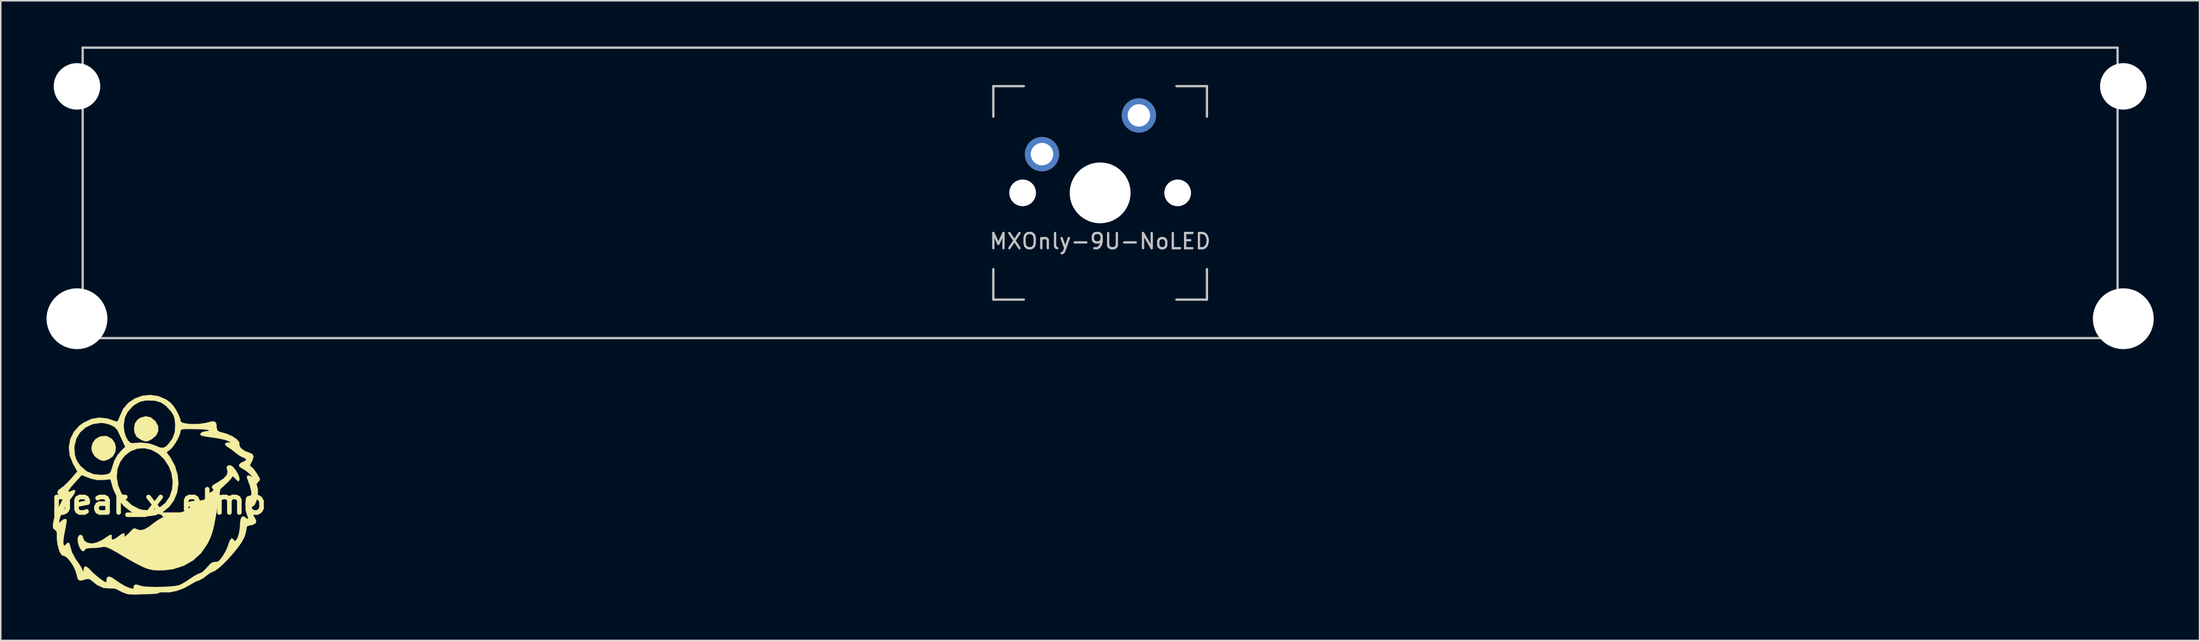
<source format=kicad_pcb>
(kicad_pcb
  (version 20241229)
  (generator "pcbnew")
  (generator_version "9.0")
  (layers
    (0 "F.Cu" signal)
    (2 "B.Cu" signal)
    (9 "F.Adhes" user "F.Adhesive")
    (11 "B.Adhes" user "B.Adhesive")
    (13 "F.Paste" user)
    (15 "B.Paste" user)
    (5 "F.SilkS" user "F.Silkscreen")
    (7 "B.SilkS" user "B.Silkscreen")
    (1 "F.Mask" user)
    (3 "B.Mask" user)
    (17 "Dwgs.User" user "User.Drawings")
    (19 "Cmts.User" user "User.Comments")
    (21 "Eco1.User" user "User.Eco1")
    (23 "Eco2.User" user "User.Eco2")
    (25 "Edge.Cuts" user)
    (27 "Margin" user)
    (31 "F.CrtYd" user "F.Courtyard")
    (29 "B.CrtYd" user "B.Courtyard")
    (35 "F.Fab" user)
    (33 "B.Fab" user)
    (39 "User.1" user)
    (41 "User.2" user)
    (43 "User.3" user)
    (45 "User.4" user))
  (footprint "pear_x_elmo"
    (layer "F.Cu")
    (at 7.337 29.874)
    (property "Reference" "pear_x_elmo" (at 0 0 0) (layer "F.SilkS") (effects (font (size 1.524 1.524) (thickness 0.3))))
    (attr through_hole)
    (fp_poly (pts (xy -3.333 -4.296) (xy -3.043 -4.126) (xy -2.863 -3.868) (xy -2.795 -3.566) (xy -2.838 -3.26) (xy -2.994 -2.991) (xy -3.263 -2.8) (xy -3.314 -2.78) (xy -3.516 -2.714) (xy -3.65 -2.703) (xy -3.804 -2.752) (xy -3.932 -2.808) (xy -4.185 -3.001) (xy -4.353 -3.291) (xy -4.396 -3.536) (xy -4.32 -3.868) (xy -4.12 -4.13) (xy -3.834 -4.294) (xy -3.501 -4.332) (xy -3.333 -4.296)) (stroke (width 0.01) (type solid)) (fill yes) (layer "F.SilkS"))
    (fp_poly (pts (xy -0.509 -5.546) (xy -0.217 -5.312) (xy -0.207 -5.301) (xy -0.03 -4.983) (xy -0.014 -4.663) (xy -0.152 -4.367) (xy -0.437 -4.122) (xy -0.502 -4.086) (xy -0.696 -3.994) (xy -0.839 -3.973) (xy -1.01 -4.023) (xy -1.151 -4.083) (xy -1.431 -4.274) (xy -1.575 -4.555) (xy -1.602 -4.806) (xy -1.545 -5.155) (xy -1.36 -5.407) (xy -1.17 -5.53) (xy -0.833 -5.621) (xy -0.509 -5.546)) (stroke (width 0.01) (type solid)) (fill yes) (layer "F.SilkS"))
    (fp_poly (pts (xy 4.737 -2.396) (xy 4.895 -2.285) (xy 5.063 -2.078) (xy 5.207 -1.83) (xy 5.297 -1.596) (xy 5.301 -1.439) (xy 5.25 -1.359) (xy 5.173 -1.387) (xy 5.038 -1.53) (xy 4.908 -1.657) (xy 4.837 -1.681) (xy 4.833 -1.665) (xy 4.774 -1.557) (xy 4.622 -1.38) (xy 4.443 -1.204) (xy 4.054 -0.846) (xy 3.857 0.338) (xy 3.752 0.95) (xy 3.662 1.426) (xy 3.578 1.799) (xy 3.491 2.099) (xy 3.393 2.36) (xy 3.275 2.614) (xy 3.204 2.751) (xy 2.796 3.347) (xy 2.271 3.829) (xy 1.647 4.186) (xy 0.943 4.409) (xy 0.345 4.481) (xy -0.087 4.487) (xy -0.419 4.456) (xy -0.719 4.381) (xy -0.835 4.341) (xy -1.078 4.233) (xy -1.423 4.058) (xy -1.829 3.837) (xy -2.253 3.592) (xy -2.359 3.529) (xy -2.796 3.27) (xy -3.117 3.093) (xy -3.345 2.988) (xy -3.505 2.942) (xy -3.621 2.945) (xy -3.634 2.949) (xy -3.837 2.984) (xy -4.131 3.01) (xy -4.333 3.017) (xy -4.637 3.037) (xy -4.791 3.086) (xy -4.819 3.138) (xy -4.886 3.218) (xy -4.968 3.221) (xy -5.091 3.123) (xy -5.201 2.915) (xy -5.277 2.658) (xy -5.299 2.41) (xy -5.286 2.323) (xy -5.194 2.18) (xy -5.066 2.157) (xy -4.965 2.249) (xy -4.946 2.349) (xy -4.869 2.536) (xy -4.667 2.67) (xy -4.38 2.726) (xy -4.371 2.726) (xy -4.062 2.668) (xy -3.699 2.501) (xy -3.39 2.294) (xy -3.182 2.161) (xy -3.071 2.159) (xy -3.061 2.288) (xy -3.066 2.306) (xy -3.062 2.445) (xy -2.956 2.464) (xy -2.766 2.366) (xy -2.633 2.264) (xy -2.418 2.109) (xy -2.27 2.056) (xy -2.212 2.109) (xy -2.23 2.191) (xy -2.252 2.282) (xy -2.182 2.253) (xy -2.133 2.218) (xy -1.969 2.074) (xy -1.797 1.893) (xy -1.656 1.754) (xy -1.538 1.733) (xy -1.394 1.796) (xy -1.183 1.853) (xy -0.938 1.801) (xy -0.635 1.631) (xy -0.262 1.345) (xy 0.005 1.156) (xy 0.284 1.011) (xy 0.415 0.966) (xy 0.89 0.851) (xy 1.234 0.762) (xy 1.481 0.686) (xy 1.663 0.614) (xy 1.816 0.534) (xy 1.867 0.503) (xy 2.042 0.383) (xy 2.078 0.317) (xy 2.013 0.289) (xy 1.877 0.222) (xy 1.875 0.124) (xy 1.984 0.027) (xy 2.181 -0.036) (xy 2.251 -0.044) (xy 2.658 -0.078) (xy 2.918 -0.123) (xy 3.054 -0.186) (xy 3.089 -0.274) (xy 3.083 -0.303) (xy 3.11 -0.433) (xy 3.277 -0.56) (xy 3.358 -0.601) (xy 3.553 -0.712) (xy 3.605 -0.799) (xy 3.575 -0.848) (xy 3.497 -0.951) (xy 3.513 -1.043) (xy 3.642 -1.151) (xy 3.9 -1.3) (xy 4.259 -1.535) (xy 4.473 -1.766) (xy 4.533 -1.982) (xy 4.502 -2.081) (xy 4.463 -2.271) (xy 4.55 -2.392) (xy 4.73 -2.399) (xy 4.737 -2.396)) (stroke (width 0.01) (type solid)) (fill yes) (layer "F.SilkS"))
    (fp_poly (pts (xy -0.011 -6.942) (xy 0.492 -6.725) (xy 0.771 -6.527) (xy 0.96 -6.319) (xy 1.153 -6.029) (xy 1.318 -5.716) (xy 1.423 -5.436) (xy 1.445 -5.302) (xy 1.523 -5.216) (xy 1.731 -5.154) (xy 2.029 -5.118) (xy 2.379 -5.109) (xy 2.742 -5.13) (xy 3.08 -5.182) (xy 3.208 -5.215) (xy 3.515 -5.286) (xy 3.699 -5.265) (xy 3.79 -5.135) (xy 3.815 -4.88) (xy 3.815 -4.871) (xy 3.854 -4.689) (xy 4.001 -4.602) (xy 4.05 -4.59) (xy 4.48 -4.467) (xy 4.846 -4.304) (xy 5.123 -4.117) (xy 5.286 -3.925) (xy 5.308 -3.744) (xy 5.305 -3.735) (xy 5.337 -3.608) (xy 5.484 -3.459) (xy 5.7 -3.323) (xy 5.93 -3.24) (xy 6.154 -3.14) (xy 6.227 -2.967) (xy 6.152 -2.716) (xy 6.111 -2.642) (xy 6.013 -2.453) (xy 6.009 -2.357) (xy 6.067 -2.317) (xy 6.177 -2.224) (xy 6.332 -2.033) (xy 6.445 -1.866) (xy 6.588 -1.635) (xy 6.646 -1.5) (xy 6.628 -1.414) (xy 6.542 -1.332) (xy 6.537 -1.327) (xy 6.425 -1.178) (xy 6.448 -1.073) (xy 6.506 -0.882) (xy 6.512 -0.613) (xy 6.475 -0.316) (xy 6.405 -0.037) (xy 6.311 0.175) (xy 6.203 0.272) (xy 6.186 0.274) (xy 6.114 0.342) (xy 6.105 0.511) (xy 6.151 0.726) (xy 6.245 0.934) (xy 6.286 0.993) (xy 6.404 1.221) (xy 6.363 1.396) (xy 6.169 1.504) (xy 6.031 1.528) (xy 5.842 1.57) (xy 5.77 1.676) (xy 5.762 1.782) (xy 5.726 2) (xy 5.637 2.275) (xy 5.596 2.372) (xy 5.432 2.662) (xy 5.188 3.005) (xy 4.892 3.373) (xy 4.568 3.736) (xy 4.244 4.066) (xy 3.947 4.334) (xy 3.703 4.51) (xy 3.588 4.562) (xy 3.39 4.653) (xy 3.166 4.811) (xy 3.121 4.851) (xy 2.898 5.018) (xy 2.678 5.131) (xy 2.64 5.143) (xy 2.442 5.221) (xy 2.182 5.361) (xy 2.04 5.449) (xy 1.615 5.677) (xy 1.15 5.842) (xy 0.706 5.925) (xy 0.418 5.922) (xy 0.197 5.913) (xy 0.057 5.945) (xy 0.041 5.959) (xy -0.063 6) (xy -0.287 6.029) (xy -0.572 6.039) (xy -0.939 6.044) (xy -1.301 6.06) (xy -1.517 6.076) (xy -1.986 6.051) (xy -2.237 5.974) (xy -2.488 5.861) (xy -2.693 5.753) (xy -2.73 5.73) (xy -2.926 5.668) (xy -3.191 5.667) (xy -3.203 5.669) (xy -3.602 5.639) (xy -4.014 5.452) (xy -4.325 5.208) (xy -4.493 5.073) (xy -4.64 5.043) (xy -4.853 5.097) (xy -5.102 5.159) (xy -5.246 5.118) (xy -5.326 4.949) (xy -5.359 4.784) (xy -5.444 4.499) (xy -5.592 4.192) (xy -5.776 3.904) (xy -5.967 3.676) (xy -6.139 3.549) (xy -6.196 3.536) (xy -6.325 3.499) (xy -6.428 3.369) (xy -6.534 3.11) (xy -6.619 2.771) (xy -6.661 2.411) (xy -6.661 2.284) (xy -6.66 2.028) (xy -6.701 1.892) (xy -6.798 1.83) (xy -6.906 1.714) (xy -6.923 1.475) (xy -6.875 1.248) (xy -6.509 1.248) (xy -6.498 1.364) (xy -6.444 1.332) (xy -6.395 1.269) (xy -6.24 1.148) (xy -6.134 1.121) (xy -6.07 1.121) (xy -6.031 1.142) (xy -6.018 1.21) (xy -6.032 1.354) (xy -6.075 1.6) (xy -6.148 1.978) (xy -6.174 2.116) (xy -6.22 2.415) (xy -6.236 2.662) (xy -6.223 2.785) (xy -6.171 2.874) (xy -6.101 2.829) (xy -6.052 2.764) (xy -5.928 2.661) (xy -5.834 2.723) (xy -5.773 2.946) (xy -5.771 2.957) (xy -5.669 3.301) (xy -5.457 3.699) (xy -5.277 3.96) (xy -5.121 4.191) (xy -5.005 4.41) (xy -4.998 4.425) (xy -4.938 4.565) (xy -4.915 4.552) (xy -4.909 4.449) (xy -4.867 4.26) (xy -4.758 4.226) (xy -4.585 4.346) (xy -4.505 4.43) (xy -4.31 4.629) (xy -4.067 4.843) (xy -3.818 5.042) (xy -3.602 5.194) (xy -3.459 5.267) (xy -3.443 5.269) (xy -3.396 5.208) (xy -3.408 5.149) (xy -3.391 4.999) (xy -3.335 4.928) (xy -3.237 4.892) (xy -3.095 4.937) (xy -2.874 5.079) (xy -2.799 5.134) (xy -2.519 5.324) (xy -2.244 5.489) (xy -2.099 5.562) (xy -1.873 5.646) (xy -1.697 5.687) (xy -1.612 5.678) (xy -1.629 5.637) (xy -1.633 5.535) (xy -1.596 5.474) (xy -1.502 5.414) (xy -1.349 5.438) (xy -1.219 5.487) (xy -1.005 5.535) (xy -0.668 5.565) (xy -0.252 5.577) (xy 0.199 5.573) (xy 0.64 5.552) (xy 1.026 5.517) (xy 1.314 5.467) (xy 1.39 5.444) (xy 1.584 5.347) (xy 1.852 5.184) (xy 2.102 5.015) (xy 2.362 4.843) (xy 2.585 4.721) (xy 2.72 4.677) (xy 2.849 4.615) (xy 3.033 4.455) (xy 3.179 4.294) (xy 3.386 4.065) (xy 3.549 3.954) (xy 3.708 3.933) (xy 3.716 3.934) (xy 3.863 3.922) (xy 3.998 3.83) (xy 4.159 3.628) (xy 4.218 3.542) (xy 4.395 3.239) (xy 4.539 2.918) (xy 4.591 2.759) (xy 4.673 2.528) (xy 4.768 2.401) (xy 4.8 2.391) (xy 4.906 2.44) (xy 4.917 2.475) (xy 4.982 2.557) (xy 5.006 2.56) (xy 5.111 2.483) (xy 5.21 2.279) (xy 5.289 1.992) (xy 5.334 1.665) (xy 5.341 1.502) (xy 5.37 1.181) (xy 5.451 0.991) (xy 5.575 0.945) (xy 5.702 1.025) (xy 5.832 1.119) (xy 5.878 1.077) (xy 5.831 0.917) (xy 5.804 0.863) (xy 5.708 0.521) (xy 5.696 0.122) (xy 5.718 -0.154) (xy 5.758 -0.304) (xy 5.837 -0.37) (xy 5.922 -0.389) (xy 6.048 -0.425) (xy 6.092 -0.515) (xy 6.075 -0.713) (xy 6.069 -0.748) (xy 5.993 -1.059) (xy 5.881 -1.361) (xy 5.875 -1.375) (xy 5.79 -1.614) (xy 5.814 -1.736) (xy 5.942 -1.732) (xy 6.043 -1.681) (xy 6.136 -1.634) (xy 6.117 -1.681) (xy 5.987 -1.826) (xy 5.767 -2.021) (xy 5.538 -2.168) (xy 5.5 -2.185) (xy 5.304 -2.313) (xy 5.275 -2.449) (xy 5.41 -2.575) (xy 5.51 -2.617) (xy 5.711 -2.712) (xy 5.744 -2.803) (xy 5.608 -2.894) (xy 5.525 -2.926) (xy 5.3 -3.041) (xy 5.065 -3.214) (xy 5.038 -3.239) (xy 4.807 -3.427) (xy 4.574 -3.58) (xy 4.552 -3.592) (xy 4.386 -3.72) (xy 4.361 -3.833) (xy 4.474 -3.895) (xy 4.587 -3.894) (xy 4.72 -3.884) (xy 4.715 -3.911) (xy 4.567 -3.998) (xy 4.564 -4) (xy 4.381 -4.066) (xy 4.081 -4.138) (xy 3.715 -4.204) (xy 3.524 -4.23) (xy 3.138 -4.284) (xy 2.895 -4.333) (xy 2.769 -4.386) (xy 2.733 -4.449) (xy 2.735 -4.464) (xy 2.831 -4.568) (xy 3.013 -4.622) (xy 3.248 -4.658) (xy 3.323 -4.693) (xy 3.247 -4.726) (xy 3.031 -4.754) (xy 2.684 -4.774) (xy 2.415 -4.781) (xy 1.996 -4.787) (xy 1.718 -4.782) (xy 1.553 -4.764) (xy 1.472 -4.727) (xy 1.447 -4.67) (xy 1.446 -4.65) (xy 1.397 -4.436) (xy 1.271 -4.149) (xy 1.099 -3.847) (xy 0.914 -3.586) (xy 0.766 -3.436) (xy 0.529 -3.261) (xy 0.771 -2.927) (xy 1.075 -2.374) (xy 1.259 -1.749) (xy 1.305 -1.207) (xy 1.223 -0.62) (xy 1.011 -0.102) (xy 0.688 0.33) (xy 0.277 0.659) (xy -0.203 0.868) (xy -0.731 0.941) (xy -1.266 0.867) (xy -1.808 0.632) (xy -2.286 0.256) (xy -2.676 -0.236) (xy -2.957 -0.821) (xy -3.015 -1.008) (xy -3.149 -1.486) (xy -3.624 -1.444) (xy -4.026 -1.441) (xy -4.402 -1.524) (xy -4.565 -1.583) (xy -4.639 -1.611) (xy -2.738 -1.611) (xy -2.648 -1.087) (xy -2.443 -0.588) (xy -2.138 -0.145) (xy -1.747 0.212) (xy -1.284 0.454) (xy -1.009 0.526) (xy -0.623 0.544) (xy -0.226 0.484) (xy 0.049 0.381) (xy 0.441 0.076) (xy 0.724 -0.333) (xy 0.89 -0.819) (xy 0.933 -1.352) (xy 0.847 -1.901) (xy 0.681 -2.329) (xy 0.361 -2.821) (xy -0.029 -3.185) (xy -0.466 -3.421) (xy -0.927 -3.526) (xy -1.387 -3.498) (xy -1.824 -3.334) (xy -2.214 -3.033) (xy -2.517 -2.621) (xy -2.699 -2.133) (xy -2.738 -1.611) (xy -4.639 -1.611) (xy -5.031 -1.764) (xy -5.515 -1.232) (xy -5.766 -0.939) (xy -5.893 -0.749) (xy -5.895 -0.665) (xy -5.772 -0.69) (xy -5.676 -0.737) (xy -5.513 -0.79) (xy -5.455 -0.73) (xy -5.501 -0.575) (xy -5.65 -0.344) (xy -5.708 -0.272) (xy -5.926 0.026) (xy -6.139 0.37) (xy -6.322 0.714) (xy -6.453 1.016) (xy -6.508 1.231) (xy -6.509 1.248) (xy -6.875 1.248) (xy -6.851 1.13) (xy -6.693 0.698) (xy -6.574 0.436) (xy -6.274 -0.186) (xy -6.477 -0.375) (xy -6.62 -0.568) (xy -6.597 -0.739) (xy -6.408 -0.899) (xy -6.374 -0.918) (xy -6.213 -1.038) (xy -5.991 -1.246) (xy -5.755 -1.499) (xy -5.739 -1.517) (xy -5.32 -2.001) (xy -5.593 -2.486) (xy -5.813 -3.03) (xy -5.867 -3.51) (xy -5.514 -3.51) (xy -5.481 -3.083) (xy -5.373 -2.746) (xy -5.164 -2.426) (xy -5.106 -2.355) (xy -4.716 -2.016) (xy -4.244 -1.819) (xy -3.712 -1.77) (xy -3.398 -1.809) (xy -3.231 -1.866) (xy -3.13 -1.985) (xy -3.052 -2.216) (xy -3.045 -2.245) (xy -2.893 -2.713) (xy -2.686 -3.08) (xy -2.445 -3.357) (xy -2.182 -3.62) (xy -2.407 -4.107) (xy -2.536 -4.384) (xy -2.644 -4.611) (xy -2.698 -4.721) (xy -2.883 -4.92) (xy -2.955 -4.957) (xy -2.278 -4.957) (xy -2.24 -4.608) (xy -2.142 -4.287) (xy -2.003 -4.032) (xy -1.842 -3.881) (xy -1.724 -3.857) (xy -1.148 -3.895) (xy -0.612 -3.835) (xy -0.184 -3.69) (xy 0.106 -3.566) (xy 0.316 -3.552) (xy 0.503 -3.655) (xy 0.653 -3.803) (xy 0.929 -4.182) (xy 1.069 -4.586) (xy 1.094 -5.071) (xy 1.091 -5.112) (xy 1.054 -5.452) (xy 0.978 -5.696) (xy 0.839 -5.916) (xy 0.802 -5.962) (xy 0.487 -6.304) (xy 0.184 -6.515) (xy -0.153 -6.625) (xy -0.321 -6.648) (xy -0.82 -6.659) (xy -1.221 -6.572) (xy -1.569 -6.375) (xy -1.705 -6.262) (xy -2.028 -5.904) (xy -2.211 -5.519) (xy -2.277 -5.054) (xy -2.278 -4.957) (xy -2.955 -4.957) (xy -3.189 -5.076) (xy -3.566 -5.168) (xy -3.804 -5.184) (xy -4.317 -5.108) (xy -4.768 -4.895) (xy -5.133 -4.569) (xy -5.388 -4.153) (xy -5.508 -3.671) (xy -5.514 -3.51) (xy -5.867 -3.51) (xy -5.875 -3.579) (xy -5.785 -4.11) (xy -5.551 -4.595) (xy -5.179 -5.009) (xy -4.906 -5.205) (xy -4.4 -5.442) (xy -3.892 -5.532) (xy -3.354 -5.475) (xy -2.757 -5.272) (xy -2.743 -5.266) (xy -2.67 -5.316) (xy -2.585 -5.485) (xy -2.545 -5.603) (xy -2.317 -6.102) (xy -1.975 -6.501) (xy -1.546 -6.792) (xy -1.057 -6.967) (xy -0.536 -7.02) (xy -0.011 -6.942)) (stroke (width 0.01) (type solid)) (fill yes) (layer "F.SilkS")))
  (footprint "MXOnly-9U-NoLED"
    (layer "F.Cu")
    (at 69.044 9.6)
    (property "Reference" "MXOnly-9U-NoLED" (at 0 3.175 0) (layer "Dwgs.User") (effects (font (size 1 1) (thickness 0.15))))
    (attr through_hole)
    (fp_line (start -66.675 -9.525) (end 66.675 -9.525) (stroke (width 0.15) (type solid)) (layer "Dwgs.User"))
    (fp_line (start -66.675 9.525) (end -66.675 -9.525) (stroke (width 0.15) (type solid)) (layer "Dwgs.User"))
    (fp_line (start -66.675 9.525) (end 66.675 9.525) (stroke (width 0.15) (type solid)) (layer "Dwgs.User"))
    (fp_line (start -7 -7) (end -7 -5) (stroke (width 0.15) (type solid)) (layer "Dwgs.User"))
    (fp_line (start -7 5) (end -7 7) (stroke (width 0.15) (type solid)) (layer "Dwgs.User"))
    (fp_line (start -7 7) (end -5 7) (stroke (width 0.15) (type solid)) (layer "Dwgs.User"))
    (fp_line (start -5 -7) (end -7 -7) (stroke (width 0.15) (type solid)) (layer "Dwgs.User"))
    (fp_line (start 5 -7) (end 7 -7) (stroke (width 0.15) (type solid)) (layer "Dwgs.User"))
    (fp_line (start 5 7) (end 7 7) (stroke (width 0.15) (type solid)) (layer "Dwgs.User"))
    (fp_line (start 7 -7) (end 7 -5) (stroke (width 0.15) (type solid)) (layer "Dwgs.User"))
    (fp_line (start 7 7) (end 7 5) (stroke (width 0.15) (type solid)) (layer "Dwgs.User"))
    (fp_line (start 66.675 -9.525) (end 66.675 9.525) (stroke (width 0.15) (type solid)) (layer "Dwgs.User"))
    (pad "" np_thru_hole circle (at -67.05 -6.985) (size 3.048 3.048) (drill 3.048) (layers "*.Cu" "*.Mask"))
    (pad "" np_thru_hole circle (at -67.05 8.255) (size 3.988 3.988) (drill 3.988) (layers "*.Cu" "*.Mask"))
    (pad "" np_thru_hole circle (at -5.08 0 48.1) (size 1.75 1.75) (drill 1.75) (layers "*.Cu" "*.Mask"))
    (pad "" np_thru_hole circle (at 0 0) (size 3.988 3.988) (drill 3.988) (layers "*.Cu" "*.Mask"))
    (pad "" np_thru_hole circle (at 5.08 0 48.1) (size 1.75 1.75) (drill 1.75) (layers "*.Cu" "*.Mask"))
    (pad "" np_thru_hole circle (at 67.05 -6.985) (size 3.048 3.048) (drill 3.048) (layers "*.Cu" "*.Mask"))
    (pad "" np_thru_hole circle (at 67.05 8.255) (size 3.988 3.988) (drill 3.988) (layers "*.Cu" "*.Mask"))
    (pad "1" thru_hole circle (at -3.81 -2.54) (size 2.25 2.25) (drill 1.47) (layers "*.Cu" "B.Mask"))
    (pad "2" thru_hole circle (at 2.54 -5.08) (size 2.25 2.25) (drill 1.47) (layers "*.Cu" "B.Mask")))
  (gr_rect
    (start -3 -3)
    (end 141.088 38.955)
    (stroke (width 0.1) (type default))
    (fill no)
    (layer "Edge.Cuts")))
</source>
